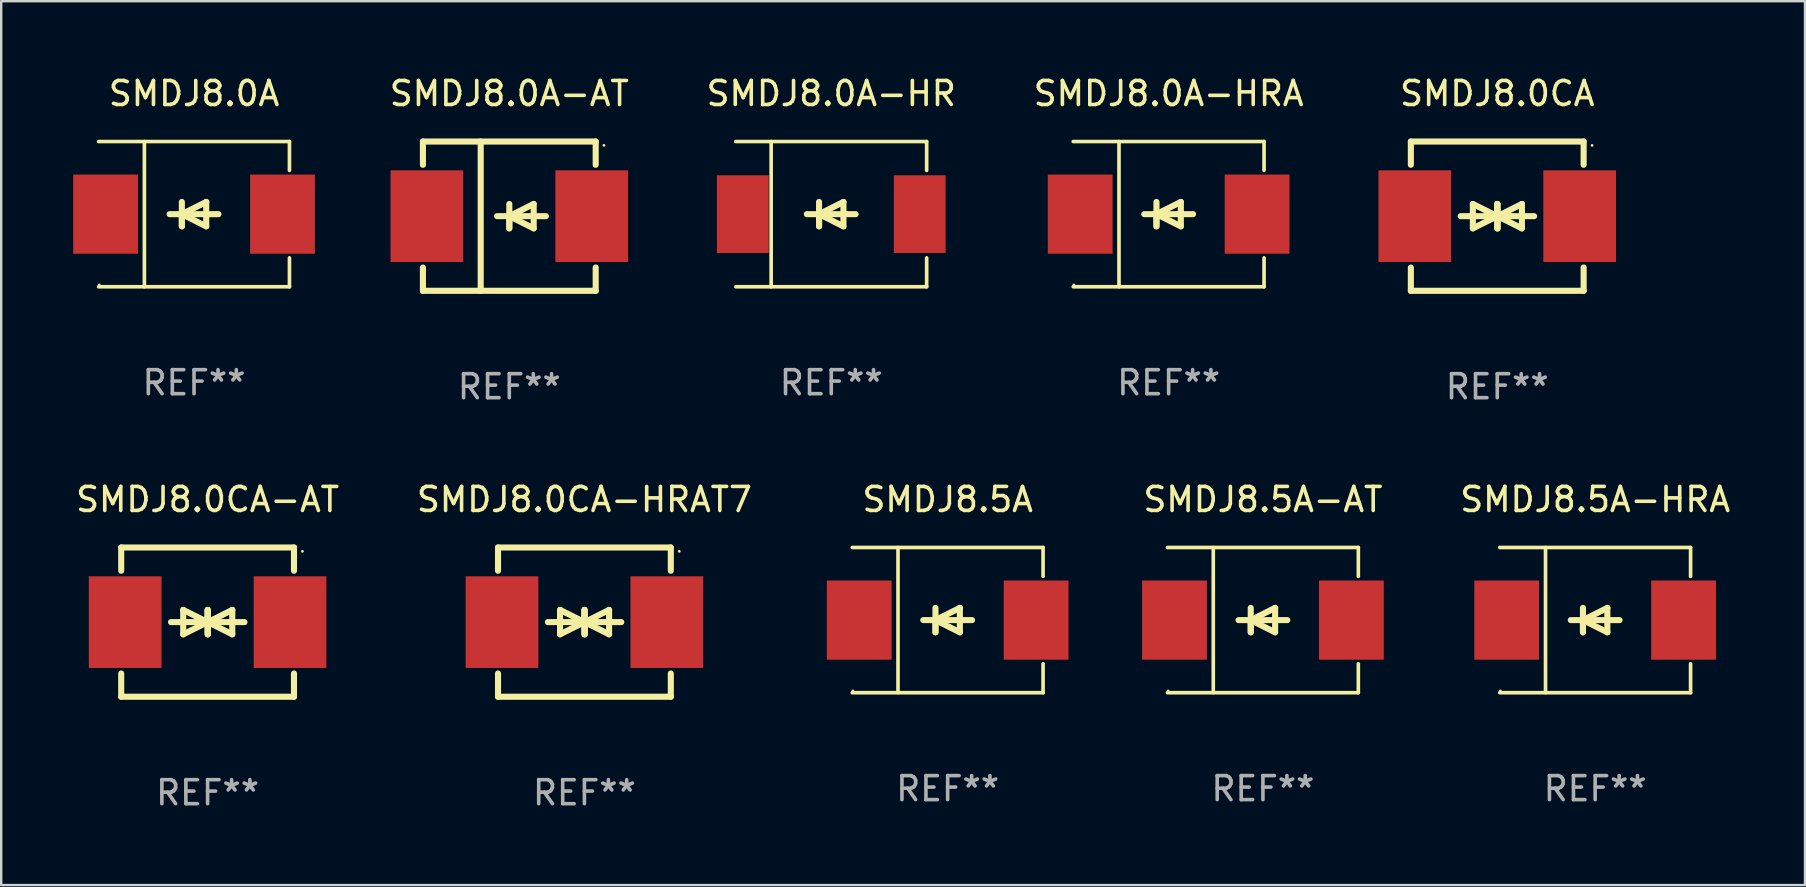
<source format=kicad_pcb>
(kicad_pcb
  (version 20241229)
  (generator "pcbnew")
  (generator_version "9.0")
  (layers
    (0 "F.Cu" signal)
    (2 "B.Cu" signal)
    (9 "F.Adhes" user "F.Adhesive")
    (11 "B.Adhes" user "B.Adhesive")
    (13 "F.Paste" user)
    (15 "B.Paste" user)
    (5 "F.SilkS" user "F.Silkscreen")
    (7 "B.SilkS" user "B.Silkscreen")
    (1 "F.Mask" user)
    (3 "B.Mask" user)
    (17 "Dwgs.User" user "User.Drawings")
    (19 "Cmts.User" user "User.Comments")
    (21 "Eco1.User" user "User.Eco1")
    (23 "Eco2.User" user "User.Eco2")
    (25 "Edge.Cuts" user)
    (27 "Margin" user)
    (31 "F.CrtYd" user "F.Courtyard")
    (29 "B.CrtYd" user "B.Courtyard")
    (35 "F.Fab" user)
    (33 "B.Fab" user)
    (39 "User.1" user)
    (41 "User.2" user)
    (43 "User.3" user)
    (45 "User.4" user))
  (footprint "SMDJ8.0A-AT"
    (layer "F.Cu")
    (at 18.174 5.958)
    (property "Reference" "SMDJ8.0A-AT" (at 0 -5.11 0) (layer "F.SilkS") (effects (font (size 1 1) (thickness 0.15))))
    (attr through_hole)
    (fp_line (start -3.6 -3.11) (end -3.6 -2.141) (stroke (width 0.254) (type solid)) (layer "F.SilkS"))
    (fp_line (start -3.6 -3.11) (end 3.6 -3.11) (stroke (width 0.254) (type solid)) (layer "F.SilkS"))
    (fp_line (start -3.6 2.141) (end -3.6 3.11) (stroke (width 0.254) (type solid)) (layer "F.SilkS"))
    (fp_line (start -3.6 3.11) (end 3.6 3.11) (stroke (width 0.254) (type solid)) (layer "F.SilkS"))
    (fp_line (start -1.192 -3.11) (end -1.192 3.11) (stroke (width 0.254) (type solid)) (layer "F.SilkS"))
    (fp_line (start 0 0) (end 0 0.508) (stroke (width 0.254) (type solid)) (layer "F.SilkS"))
    (fp_line (start 0 0) (end 1.016 0.508) (stroke (width 0.254) (type solid)) (layer "F.SilkS"))
    (fp_line (start 0 0.508) (end 0 -0.508) (stroke (width 0.254) (type solid)) (layer "F.SilkS"))
    (fp_line (start 1.016 -0.508) (end 0 0) (stroke (width 0.254) (type solid)) (layer "F.SilkS"))
    (fp_line (start 1.016 0.508) (end 1.016 -0.508) (stroke (width 0.254) (type solid)) (layer "F.SilkS"))
    (fp_line (start 1.524 0) (end -0.508 0) (stroke (width 0.254) (type solid)) (layer "F.SilkS"))
    (fp_line (start 3.6 -3.11) (end 3.6 -2.141) (stroke (width 0.254) (type solid)) (layer "F.SilkS"))
    (fp_line (start 3.6 2.141) (end 3.6 3.11) (stroke (width 0.254) (type solid)) (layer "F.SilkS"))
    (fp_circle (center 3.943 -2.952) (end 3.973 -2.952) (stroke (width 0.06) (type solid)) (fill no) (layer "F.SilkS"))
    (fp_text user "REF**" (at 0 7.11 0) (layer "F.Fab") (effects (font (size 1 1) (thickness 0.15))))
    (pad "1" smd rect (at 3.435 0 180) (size 3.03 3.82) (layers "F.Cu" "F.Mask" "F.Paste"))
    (pad "2" smd rect (at -3.435 0 180) (size 3.03 3.82) (layers "F.Cu" "F.Mask" "F.Paste")))
  (footprint "SMDJ8.5A-AT"
    (layer "F.Cu")
    (at 49.579 22.791)
    (property "Reference" "SMDJ8.5A-AT" (at 0 -5.026 0) (layer "F.SilkS") (effects (font (size 1 1) (thickness 0.15))))
    (attr through_hole)
    (fp_line (start -3.976 -3.026) (end 3.976 -3.026) (stroke (width 0.152) (type solid)) (layer "F.SilkS"))
    (fp_line (start -3.976 3.026) (end 3.976 3.026) (stroke (width 0.152) (type solid)) (layer "F.SilkS"))
    (fp_line (start -2.069 -3.026) (end -2.069 3.026) (stroke (width 0.152) (type solid)) (layer "F.SilkS"))
    (fp_line (start -0.508 0) (end -0.508 0.508) (stroke (width 0.254) (type solid)) (layer "F.SilkS"))
    (fp_line (start -0.508 0) (end 0.508 0.508) (stroke (width 0.254) (type solid)) (layer "F.SilkS"))
    (fp_line (start -0.508 0.508) (end -0.508 -0.508) (stroke (width 0.254) (type solid)) (layer "F.SilkS"))
    (fp_line (start 0.508 -0.508) (end -0.508 0) (stroke (width 0.254) (type solid)) (layer "F.SilkS"))
    (fp_line (start 0.508 0.508) (end 0.508 -0.508) (stroke (width 0.254) (type solid)) (layer "F.SilkS"))
    (fp_line (start 1.016 0) (end -1.016 0) (stroke (width 0.254) (type solid)) (layer "F.SilkS"))
    (fp_line (start 3.976 -3.026) (end 3.976 -1.823) (stroke (width 0.152) (type solid)) (layer "F.SilkS"))
    (fp_line (start 3.976 3.026) (end 3.976 1.823) (stroke (width 0.152) (type solid)) (layer "F.SilkS"))
    (fp_circle (center -3.95 2.95) (end -3.92 2.95) (stroke (width 0.06) (type solid)) (fill no) (layer "F.SilkS"))
    (fp_text user "REF**" (at 0 7.026 0) (layer "F.Fab") (effects (font (size 1 1) (thickness 0.15))))
    (pad "1" smd rect (at -3.686 0) (size 2.7 3.3) (layers "F.Cu" "F.Mask" "F.Paste"))
    (pad "2" smd rect (at 3.686 0) (size 2.7 3.3) (layers "F.Cu" "F.Mask" "F.Paste")))
  (footprint "SMDJ8.5A"
    (layer "F.Cu")
    (at 36.441 22.791)
    (property "Reference" "SMDJ8.5A" (at 0 -5.026 0) (layer "F.SilkS") (effects (font (size 1 1) (thickness 0.15))))
    (attr through_hole)
    (fp_line (start -3.976 -3.026) (end 3.976 -3.026) (stroke (width 0.152) (type solid)) (layer "F.SilkS"))
    (fp_line (start -3.976 3.026) (end 3.976 3.026) (stroke (width 0.152) (type solid)) (layer "F.SilkS"))
    (fp_line (start -2.069 -3.026) (end -2.069 3.026) (stroke (width 0.152) (type solid)) (layer "F.SilkS"))
    (fp_line (start -0.508 0) (end -0.508 0.508) (stroke (width 0.254) (type solid)) (layer "F.SilkS"))
    (fp_line (start -0.508 0) (end 0.508 0.508) (stroke (width 0.254) (type solid)) (layer "F.SilkS"))
    (fp_line (start -0.508 0.508) (end -0.508 -0.508) (stroke (width 0.254) (type solid)) (layer "F.SilkS"))
    (fp_line (start 0.508 -0.508) (end -0.508 0) (stroke (width 0.254) (type solid)) (layer "F.SilkS"))
    (fp_line (start 0.508 0.508) (end 0.508 -0.508) (stroke (width 0.254) (type solid)) (layer "F.SilkS"))
    (fp_line (start 1.016 0) (end -1.016 0) (stroke (width 0.254) (type solid)) (layer "F.SilkS"))
    (fp_line (start 3.976 -3.026) (end 3.976 -1.823) (stroke (width 0.152) (type solid)) (layer "F.SilkS"))
    (fp_line (start 3.976 3.026) (end 3.976 1.823) (stroke (width 0.152) (type solid)) (layer "F.SilkS"))
    (fp_circle (center -3.95 2.95) (end -3.92 2.95) (stroke (width 0.06) (type solid)) (fill no) (layer "F.SilkS"))
    (fp_text user "REF**" (at 0 7.026 0) (layer "F.Fab") (effects (font (size 1 1) (thickness 0.15))))
    (pad "1" smd rect (at -3.686 0) (size 2.7 3.3) (layers "F.Cu" "F.Mask" "F.Paste"))
    (pad "2" smd rect (at 3.686 0) (size 2.7 3.3) (layers "F.Cu" "F.Mask" "F.Paste")))
  (footprint "SMDJ8.0CA-HRAT7"
    (layer "F.Cu")
    (at 21.304 22.875)
    (property "Reference" "SMDJ8.0CA-HRAT7" (at 0 -5.11 0) (layer "F.SilkS") (effects (font (size 1 1) (thickness 0.15))))
    (attr through_hole)
    (fp_line (start -3.6 -2.141) (end -3.6 -3.11) (stroke (width 0.254) (type solid)) (layer "F.SilkS"))
    (fp_line (start -3.6 3.11) (end -3.6 2.141) (stroke (width 0.254) (type solid)) (layer "F.SilkS"))
    (fp_line (start -1.524 0) (end 0.508 0) (stroke (width 0.254) (type solid)) (layer "F.SilkS"))
    (fp_line (start -1.016 -0.508) (end -1.016 0.508) (stroke (width 0.254) (type solid)) (layer "F.SilkS"))
    (fp_line (start -1.016 0.508) (end 0 0) (stroke (width 0.254) (type solid)) (layer "F.SilkS"))
    (fp_line (start 0 -0.508) (end 0 0.508) (stroke (width 0.254) (type solid)) (layer "F.SilkS"))
    (fp_line (start 0 0) (end -1.016 -0.508) (stroke (width 0.254) (type solid)) (layer "F.SilkS"))
    (fp_line (start 0 0) (end 0 -0.508) (stroke (width 0.254) (type solid)) (layer "F.SilkS"))
    (fp_line (start 0.012 0) (end 0.012 0.508) (stroke (width 0.254) (type solid)) (layer "F.SilkS"))
    (fp_line (start 0.012 0) (end 1.028 0.508) (stroke (width 0.254) (type solid)) (layer "F.SilkS"))
    (fp_line (start 0.012 0.508) (end 0.012 -0.508) (stroke (width 0.254) (type solid)) (layer "F.SilkS"))
    (fp_line (start 1.028 -0.508) (end 0.012 0) (stroke (width 0.254) (type solid)) (layer "F.SilkS"))
    (fp_line (start 1.028 0.508) (end 1.028 -0.508) (stroke (width 0.254) (type solid)) (layer "F.SilkS"))
    (fp_line (start 1.536 0) (end -0.496 0) (stroke (width 0.254) (type solid)) (layer "F.SilkS"))
    (fp_line (start 3.6 -3.11) (end -3.6 -3.11) (stroke (width 0.254) (type solid)) (layer "F.SilkS"))
    (fp_line (start 3.6 -2.141) (end 3.6 -3.11) (stroke (width 0.254) (type solid)) (layer "F.SilkS"))
    (fp_line (start 3.6 3.11) (end -3.6 3.11) (stroke (width 0.254) (type solid)) (layer "F.SilkS"))
    (fp_line (start 3.6 3.11) (end 3.6 2.141) (stroke (width 0.254) (type solid)) (layer "F.SilkS"))
    (fp_circle (center 3.952 -2.95) (end 3.982 -2.95) (stroke (width 0.06) (type solid)) (fill no) (layer "F.SilkS"))
    (fp_text user "REF**" (at 0 7.11 0) (layer "F.Fab") (effects (font (size 1 1) (thickness 0.15))))
    (pad "1" smd rect (at 3.435 0) (size 3.03 3.82) (layers "F.Cu" "F.Mask" "F.Paste"))
    (pad "2" smd rect (at -3.435 0) (size 3.03 3.82) (layers "F.Cu" "F.Mask" "F.Paste")))
  (footprint "SMDJ8.5A-HRA"
    (layer "F.Cu")
    (at 63.424 22.791)
    (property "Reference" "SMDJ8.5A-HRA" (at 0 -5.026 0) (layer "F.SilkS") (effects (font (size 1 1) (thickness 0.15))))
    (attr through_hole)
    (fp_line (start -3.976 -3.026) (end 3.976 -3.026) (stroke (width 0.152) (type solid)) (layer "F.SilkS"))
    (fp_line (start -3.976 3.026) (end 3.976 3.026) (stroke (width 0.152) (type solid)) (layer "F.SilkS"))
    (fp_line (start -2.069 -3.026) (end -2.069 3.026) (stroke (width 0.152) (type solid)) (layer "F.SilkS"))
    (fp_line (start -0.508 0) (end -0.508 0.508) (stroke (width 0.254) (type solid)) (layer "F.SilkS"))
    (fp_line (start -0.508 0) (end 0.508 0.508) (stroke (width 0.254) (type solid)) (layer "F.SilkS"))
    (fp_line (start -0.508 0.508) (end -0.508 -0.508) (stroke (width 0.254) (type solid)) (layer "F.SilkS"))
    (fp_line (start 0.508 -0.508) (end -0.508 0) (stroke (width 0.254) (type solid)) (layer "F.SilkS"))
    (fp_line (start 0.508 0.508) (end 0.508 -0.508) (stroke (width 0.254) (type solid)) (layer "F.SilkS"))
    (fp_line (start 1.016 0) (end -1.016 0) (stroke (width 0.254) (type solid)) (layer "F.SilkS"))
    (fp_line (start 3.976 -3.026) (end 3.976 -1.823) (stroke (width 0.152) (type solid)) (layer "F.SilkS"))
    (fp_line (start 3.976 3.026) (end 3.976 1.823) (stroke (width 0.152) (type solid)) (layer "F.SilkS"))
    (fp_circle (center -3.95 2.95) (end -3.92 2.95) (stroke (width 0.06) (type solid)) (fill no) (layer "F.SilkS"))
    (fp_text user "REF**" (at 0 7.026 0) (layer "F.Fab") (effects (font (size 1 1) (thickness 0.15))))
    (pad "1" smd rect (at -3.686 0) (size 2.7 3.3) (layers "F.Cu" "F.Mask" "F.Paste"))
    (pad "2" smd rect (at 3.686 0) (size 2.7 3.3) (layers "F.Cu" "F.Mask" "F.Paste")))
  (footprint "SMDJ8.0A-HRA"
    (layer "F.Cu")
    (at 45.65 5.874)
    (property "Reference" "SMDJ8.0A-HRA" (at 0 -5.026 0) (layer "F.SilkS") (effects (font (size 1 1) (thickness 0.15))))
    (attr through_hole)
    (fp_line (start -3.976 -3.026) (end 3.976 -3.026) (stroke (width 0.152) (type solid)) (layer "F.SilkS"))
    (fp_line (start -3.976 3.026) (end 3.976 3.026) (stroke (width 0.152) (type solid)) (layer "F.SilkS"))
    (fp_line (start -2.069 -3.026) (end -2.069 3.026) (stroke (width 0.152) (type solid)) (layer "F.SilkS"))
    (fp_line (start -0.508 0) (end -0.508 0.508) (stroke (width 0.254) (type solid)) (layer "F.SilkS"))
    (fp_line (start -0.508 0) (end 0.508 0.508) (stroke (width 0.254) (type solid)) (layer "F.SilkS"))
    (fp_line (start -0.508 0.508) (end -0.508 -0.508) (stroke (width 0.254) (type solid)) (layer "F.SilkS"))
    (fp_line (start 0.508 -0.508) (end -0.508 0) (stroke (width 0.254) (type solid)) (layer "F.SilkS"))
    (fp_line (start 0.508 0.508) (end 0.508 -0.508) (stroke (width 0.254) (type solid)) (layer "F.SilkS"))
    (fp_line (start 1.016 0) (end -1.016 0) (stroke (width 0.254) (type solid)) (layer "F.SilkS"))
    (fp_line (start 3.976 -3.026) (end 3.976 -1.823) (stroke (width 0.152) (type solid)) (layer "F.SilkS"))
    (fp_line (start 3.976 3.026) (end 3.976 1.823) (stroke (width 0.152) (type solid)) (layer "F.SilkS"))
    (fp_circle (center -3.95 2.95) (end -3.92 2.95) (stroke (width 0.06) (type solid)) (fill no) (layer "F.SilkS"))
    (fp_text user "REF**" (at 0 7.026 0) (layer "F.Fab") (effects (font (size 1 1) (thickness 0.15))))
    (pad "1" smd rect (at -3.686 0) (size 2.7 3.3) (layers "F.Cu" "F.Mask" "F.Paste"))
    (pad "2" smd rect (at 3.686 0) (size 2.7 3.3) (layers "F.Cu" "F.Mask" "F.Paste")))
  (footprint "SMDJ8.0CA-AT"
    (layer "F.Cu")
    (at 5.601 22.875)
    (property "Reference" "SMDJ8.0CA-AT" (at 0 -5.11 0) (layer "F.SilkS") (effects (font (size 1 1) (thickness 0.15))))
    (attr through_hole)
    (fp_line (start -3.6 -2.141) (end -3.6 -3.11) (stroke (width 0.254) (type solid)) (layer "F.SilkS"))
    (fp_line (start -3.6 3.11) (end -3.6 2.141) (stroke (width 0.254) (type solid)) (layer "F.SilkS"))
    (fp_line (start -1.524 0) (end 0.508 0) (stroke (width 0.254) (type solid)) (layer "F.SilkS"))
    (fp_line (start -1.016 -0.508) (end -1.016 0.508) (stroke (width 0.254) (type solid)) (layer "F.SilkS"))
    (fp_line (start -1.016 0.508) (end 0 0) (stroke (width 0.254) (type solid)) (layer "F.SilkS"))
    (fp_line (start 0 -0.508) (end 0 0.508) (stroke (width 0.254) (type solid)) (layer "F.SilkS"))
    (fp_line (start 0 0) (end -1.016 -0.508) (stroke (width 0.254) (type solid)) (layer "F.SilkS"))
    (fp_line (start 0 0) (end 0 -0.508) (stroke (width 0.254) (type solid)) (layer "F.SilkS"))
    (fp_line (start 0.012 0) (end 0.012 0.508) (stroke (width 0.254) (type solid)) (layer "F.SilkS"))
    (fp_line (start 0.012 0) (end 1.028 0.508) (stroke (width 0.254) (type solid)) (layer "F.SilkS"))
    (fp_line (start 0.012 0.508) (end 0.012 -0.508) (stroke (width 0.254) (type solid)) (layer "F.SilkS"))
    (fp_line (start 1.028 -0.508) (end 0.012 0) (stroke (width 0.254) (type solid)) (layer "F.SilkS"))
    (fp_line (start 1.028 0.508) (end 1.028 -0.508) (stroke (width 0.254) (type solid)) (layer "F.SilkS"))
    (fp_line (start 1.536 0) (end -0.496 0) (stroke (width 0.254) (type solid)) (layer "F.SilkS"))
    (fp_line (start 3.6 -3.11) (end -3.6 -3.11) (stroke (width 0.254) (type solid)) (layer "F.SilkS"))
    (fp_line (start 3.6 -2.141) (end 3.6 -3.11) (stroke (width 0.254) (type solid)) (layer "F.SilkS"))
    (fp_line (start 3.6 3.11) (end -3.6 3.11) (stroke (width 0.254) (type solid)) (layer "F.SilkS"))
    (fp_line (start 3.6 3.11) (end 3.6 2.141) (stroke (width 0.254) (type solid)) (layer "F.SilkS"))
    (fp_circle (center 3.952 -2.95) (end 3.982 -2.95) (stroke (width 0.06) (type solid)) (fill no) (layer "F.SilkS"))
    (fp_text user "REF**" (at 0 7.11 0) (layer "F.Fab") (effects (font (size 1 1) (thickness 0.15))))
    (pad "1" smd rect (at 3.435 0) (size 3.03 3.82) (layers "F.Cu" "F.Mask" "F.Paste"))
    (pad "2" smd rect (at -3.435 0) (size 3.03 3.82) (layers "F.Cu" "F.Mask" "F.Paste")))
  (footprint "SMDJ8.0A-HR"
    (layer "F.Cu")
    (at 31.59 5.874)
    (property "Reference" "SMDJ8.0A-HR" (at 0 -5.026 0) (layer "F.SilkS") (effects (font (size 1 1) (thickness 0.15))))
    (attr through_hole)
    (fp_line (start -3.976 -3.026) (end 3.976 -3.026) (stroke (width 0.152) (type solid)) (layer "F.SilkS"))
    (fp_line (start -3.976 3.026) (end 3.976 3.026) (stroke (width 0.152) (type solid)) (layer "F.SilkS"))
    (fp_line (start -2.504 -3.026) (end -2.504 3.026) (stroke (width 0.152) (type solid)) (layer "F.SilkS"))
    (fp_line (start -0.508 0) (end -0.508 0.508) (stroke (width 0.254) (type solid)) (layer "F.SilkS"))
    (fp_line (start -0.508 0) (end 0.508 0.508) (stroke (width 0.254) (type solid)) (layer "F.SilkS"))
    (fp_line (start -0.508 0.508) (end -0.508 -0.508) (stroke (width 0.254) (type solid)) (layer "F.SilkS"))
    (fp_line (start 0.508 -0.508) (end -0.508 0) (stroke (width 0.254) (type solid)) (layer "F.SilkS"))
    (fp_line (start 0.508 0.508) (end 0.508 -0.508) (stroke (width 0.254) (type solid)) (layer "F.SilkS"))
    (fp_line (start 1.016 0) (end -1.016 0) (stroke (width 0.254) (type solid)) (layer "F.SilkS"))
    (fp_line (start 3.976 -3.026) (end 3.976 -1.823) (stroke (width 0.152) (type solid)) (layer "F.SilkS"))
    (fp_line (start 3.976 3.026) (end 3.976 1.823) (stroke (width 0.152) (type solid)) (layer "F.SilkS"))
    (fp_circle (center 3.95 -2.95) (end 3.98 -2.95) (stroke (width 0.06) (type solid)) (fill no) (layer "F.SilkS"))
    (fp_text user "REF**" (at 0 7.026 0) (layer "F.Fab") (effects (font (size 1 1) (thickness 0.15))))
    (pad "1" smd rect (at 3.686 0 180) (size 2.158 3.24) (layers "F.Cu" "F.Mask" "F.Paste"))
    (pad "2" smd rect (at -3.686 0 180) (size 2.158 3.24) (layers "F.Cu" "F.Mask" "F.Paste")))
  (footprint "SMDJ8.0A"
    (layer "F.Cu")
    (at 5.036 5.874)
    (property "Reference" "SMDJ8.0A" (at 0 -5.026 0) (layer "F.SilkS") (effects (font (size 1 1) (thickness 0.15))))
    (attr through_hole)
    (fp_line (start -3.976 -3.026) (end 3.976 -3.026) (stroke (width 0.152) (type solid)) (layer "F.SilkS"))
    (fp_line (start -3.976 3.026) (end 3.976 3.026) (stroke (width 0.152) (type solid)) (layer "F.SilkS"))
    (fp_line (start -2.069 -3.026) (end -2.069 3.026) (stroke (width 0.152) (type solid)) (layer "F.SilkS"))
    (fp_line (start -0.508 0) (end -0.508 0.508) (stroke (width 0.254) (type solid)) (layer "F.SilkS"))
    (fp_line (start -0.508 0) (end 0.508 0.508) (stroke (width 0.254) (type solid)) (layer "F.SilkS"))
    (fp_line (start -0.508 0.508) (end -0.508 -0.508) (stroke (width 0.254) (type solid)) (layer "F.SilkS"))
    (fp_line (start 0.508 -0.508) (end -0.508 0) (stroke (width 0.254) (type solid)) (layer "F.SilkS"))
    (fp_line (start 0.508 0.508) (end 0.508 -0.508) (stroke (width 0.254) (type solid)) (layer "F.SilkS"))
    (fp_line (start 1.016 0) (end -1.016 0) (stroke (width 0.254) (type solid)) (layer "F.SilkS"))
    (fp_line (start 3.976 -3.026) (end 3.976 -1.823) (stroke (width 0.152) (type solid)) (layer "F.SilkS"))
    (fp_line (start 3.976 3.026) (end 3.976 1.823) (stroke (width 0.152) (type solid)) (layer "F.SilkS"))
    (fp_circle (center -3.95 2.95) (end -3.92 2.95) (stroke (width 0.06) (type solid)) (fill no) (layer "F.SilkS"))
    (fp_text user "REF**" (at 0 7.026 0) (layer "F.Fab") (effects (font (size 1 1) (thickness 0.15))))
    (pad "1" smd rect (at -3.686 0) (size 2.7 3.3) (layers "F.Cu" "F.Mask" "F.Paste"))
    (pad "2" smd rect (at 3.686 0) (size 2.7 3.3) (layers "F.Cu" "F.Mask" "F.Paste")))
  (footprint "SMDJ8.0CA"
    (layer "F.Cu")
    (at 59.344 5.958)
    (property "Reference" "SMDJ8.0CA" (at 0 -5.11 0) (layer "F.SilkS") (effects (font (size 1 1) (thickness 0.15))))
    (attr through_hole)
    (fp_line (start -3.6 -2.141) (end -3.6 -3.11) (stroke (width 0.254) (type solid)) (layer "F.SilkS"))
    (fp_line (start -3.6 3.11) (end -3.6 2.141) (stroke (width 0.254) (type solid)) (layer "F.SilkS"))
    (fp_line (start -1.524 0) (end 0.508 0) (stroke (width 0.254) (type solid)) (layer "F.SilkS"))
    (fp_line (start -1.016 -0.508) (end -1.016 0.508) (stroke (width 0.254) (type solid)) (layer "F.SilkS"))
    (fp_line (start -1.016 0.508) (end 0 0) (stroke (width 0.254) (type solid)) (layer "F.SilkS"))
    (fp_line (start 0 -0.508) (end 0 0.508) (stroke (width 0.254) (type solid)) (layer "F.SilkS"))
    (fp_line (start 0 0) (end -1.016 -0.508) (stroke (width 0.254) (type solid)) (layer "F.SilkS"))
    (fp_line (start 0 0) (end 0 -0.508) (stroke (width 0.254) (type solid)) (layer "F.SilkS"))
    (fp_line (start 0.012 0) (end 0.012 0.508) (stroke (width 0.254) (type solid)) (layer "F.SilkS"))
    (fp_line (start 0.012 0) (end 1.028 0.508) (stroke (width 0.254) (type solid)) (layer "F.SilkS"))
    (fp_line (start 0.012 0.508) (end 0.012 -0.508) (stroke (width 0.254) (type solid)) (layer "F.SilkS"))
    (fp_line (start 1.028 -0.508) (end 0.012 0) (stroke (width 0.254) (type solid)) (layer "F.SilkS"))
    (fp_line (start 1.028 0.508) (end 1.028 -0.508) (stroke (width 0.254) (type solid)) (layer "F.SilkS"))
    (fp_line (start 1.536 0) (end -0.496 0) (stroke (width 0.254) (type solid)) (layer "F.SilkS"))
    (fp_line (start 3.6 -3.11) (end -3.6 -3.11) (stroke (width 0.254) (type solid)) (layer "F.SilkS"))
    (fp_line (start 3.6 -2.141) (end 3.6 -3.11) (stroke (width 0.254) (type solid)) (layer "F.SilkS"))
    (fp_line (start 3.6 3.11) (end -3.6 3.11) (stroke (width 0.254) (type solid)) (layer "F.SilkS"))
    (fp_line (start 3.6 3.11) (end 3.6 2.141) (stroke (width 0.254) (type solid)) (layer "F.SilkS"))
    (fp_circle (center 3.952 -2.95) (end 3.982 -2.95) (stroke (width 0.06) (type solid)) (fill no) (layer "F.SilkS"))
    (fp_text user "REF**" (at 0 7.11 0) (layer "F.Fab") (effects (font (size 1 1) (thickness 0.15))))
    (pad "1" smd rect (at 3.435 0) (size 3.03 3.82) (layers "F.Cu" "F.Mask" "F.Paste"))
    (pad "2" smd rect (at -3.435 0) (size 3.03 3.82) (layers "F.Cu" "F.Mask" "F.Paste")))
  (gr_rect
    (start -3 -3)
    (end 72.168 33.833)
    (stroke (width 0.1) (type default))
    (fill no)
    (layer "Edge.Cuts")))
</source>
